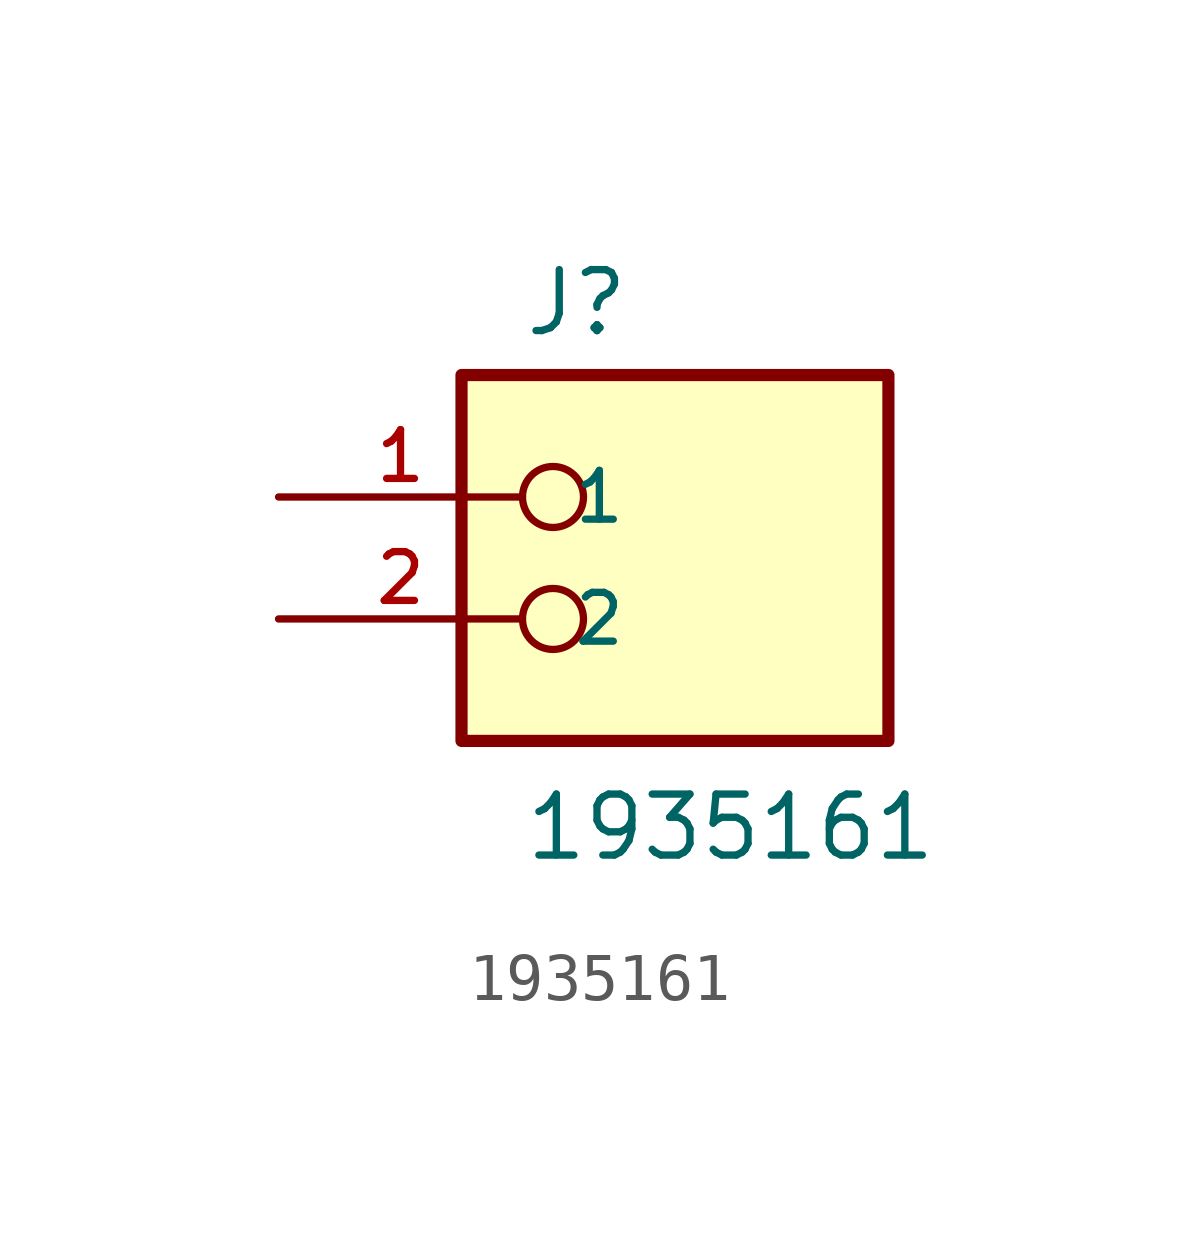
<source format=kicad_sym>
(kicad_symbol_lib
  (version 20211014)
  (generator kicad_symbol_editor)
  (symbol "1935161"
    (pin_names
      (offset 1.016))
    (property "Reference" "J"
      (at -2.54 3.302 0)
      (effects (font (size 1.27 1.27)) (justify bottom left)))
    (property "Value" "1935161"
      (at -2.54 -7.62 0)
      (effects (font (size 1.27 1.27)) (justify bottom left)))
    (symbol "1935161_0_0"
      (circle (center -1.905 0.0) (radius 0.635) (stroke (width 0.152)) (fill (type none)))
      (circle (center -1.905 -2.54) (radius 0.635) (stroke (width 0.152)) (fill (type none)))
      (rectangle (start -3.81 -5.08) (end 5.08 2.54) (stroke (width 0.254)) (fill (type background)))
      (pin passive line (at -7.62 0.0 0) (length 5.08) (name "1" (effects (font (size 1.016 1.016)))) (number "1" (effects (font (size 1.016 1.016)))))
      (pin passive line (at -7.62 -2.54 0) (length 5.08) (name "2" (effects (font (size 1.016 1.016)))) (number "2" (effects (font (size 1.016 1.016))))))))
</source>
